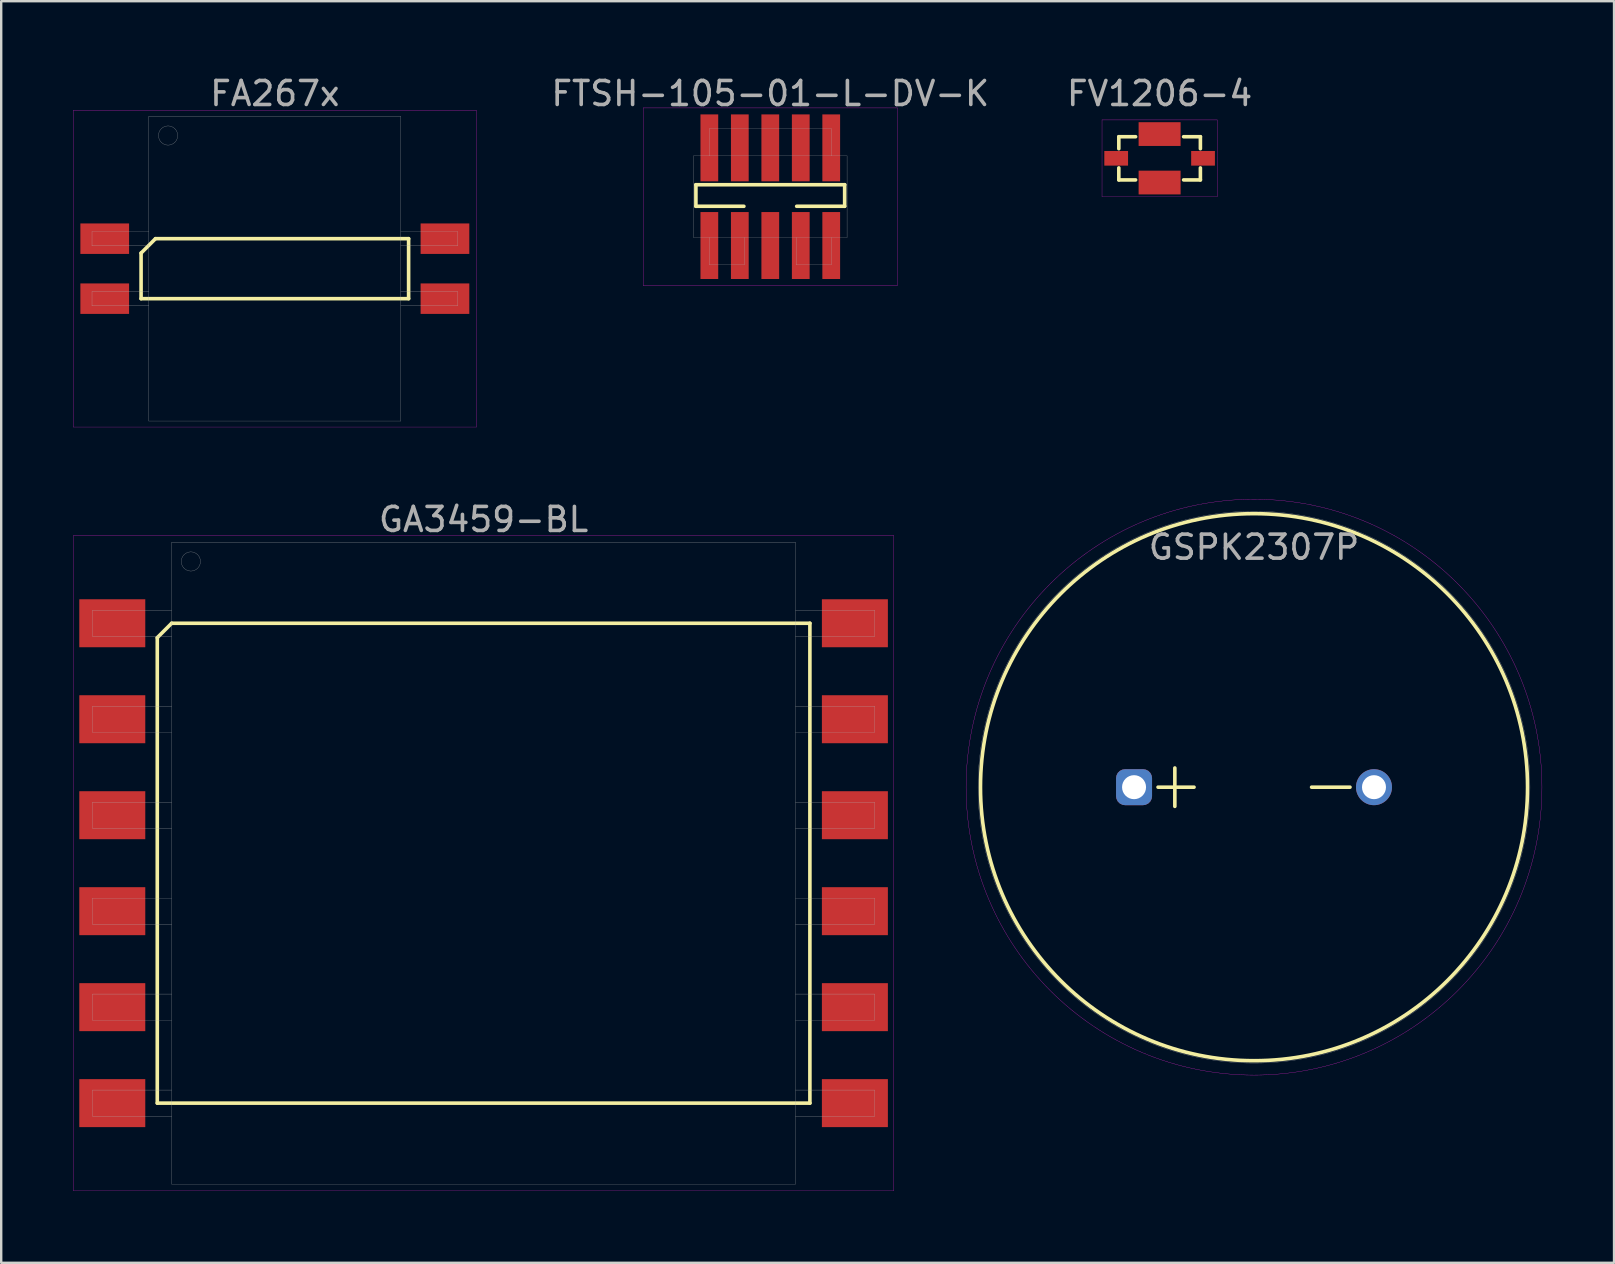
<source format=kicad_pcb>
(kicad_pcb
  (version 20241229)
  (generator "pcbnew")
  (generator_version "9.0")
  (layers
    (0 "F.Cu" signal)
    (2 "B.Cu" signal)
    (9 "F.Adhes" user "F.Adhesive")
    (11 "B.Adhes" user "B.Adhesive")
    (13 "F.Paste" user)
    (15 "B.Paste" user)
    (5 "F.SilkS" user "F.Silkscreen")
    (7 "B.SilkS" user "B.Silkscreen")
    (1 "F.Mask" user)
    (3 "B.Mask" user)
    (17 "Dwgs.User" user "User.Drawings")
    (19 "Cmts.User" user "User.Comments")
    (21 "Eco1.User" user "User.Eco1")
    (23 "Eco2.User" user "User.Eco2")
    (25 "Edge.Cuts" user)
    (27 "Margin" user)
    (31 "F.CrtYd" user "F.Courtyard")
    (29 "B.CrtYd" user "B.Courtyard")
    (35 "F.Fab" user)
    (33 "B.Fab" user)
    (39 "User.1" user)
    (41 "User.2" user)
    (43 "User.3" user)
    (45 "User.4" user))
  (footprint "GA3459-BL"
    (layer "F.Cu")
    (at 17.105 32.926)
    (property "Reference" "GA3459-BL" (at 0 -14.325 0) (layer "F.Fab") (effects (font (size 1 1) (thickness 0.15))))
    (attr smd)
    (fp_line (start -13.6 -9.4) (end -13 -10) (stroke (width 0.15) (type solid)) (layer "F.SilkS"))
    (fp_line (start -13.6 10) (end -13.6 -9.4) (stroke (width 0.15) (type solid)) (layer "F.SilkS"))
    (fp_line (start -13 -10) (end 13.6 -10) (stroke (width 0.15) (type solid)) (layer "F.SilkS"))
    (fp_line (start 13.6 -10) (end 13.6 10) (stroke (width 0.15) (type solid)) (layer "F.SilkS"))
    (fp_line (start 13.6 10) (end -13.6 10) (stroke (width 0.15) (type solid)) (layer "F.SilkS"))
    (fp_line (start -17.1 -13.65) (end 17.1 -13.65) (stroke (width 0.01) (type solid)) (layer "F.CrtYd"))
    (fp_line (start -17.1 13.65) (end -17.1 -13.65) (stroke (width 0.01) (type solid)) (layer "F.CrtYd"))
    (fp_line (start 17.1 -13.65) (end 17.1 13.65) (stroke (width 0.01) (type solid)) (layer "F.CrtYd"))
    (fp_line (start 17.1 13.65) (end -17.1 13.65) (stroke (width 0.01) (type solid)) (layer "F.CrtYd"))
    (fp_line (start -16.3 -10.545) (end -13 -10.545) (stroke (width 0.01) (type solid)) (layer "F.Fab"))
    (fp_line (start -16.3 -9.455) (end -16.3 -10.545) (stroke (width 0.01) (type solid)) (layer "F.Fab"))
    (fp_line (start -16.3 -6.545) (end -13 -6.545) (stroke (width 0.01) (type solid)) (layer "F.Fab"))
    (fp_line (start -16.3 -5.455) (end -16.3 -6.545) (stroke (width 0.01) (type solid)) (layer "F.Fab"))
    (fp_line (start -16.3 -2.545) (end -13 -2.545) (stroke (width 0.01) (type solid)) (layer "F.Fab"))
    (fp_line (start -16.3 -1.455) (end -16.3 -2.545) (stroke (width 0.01) (type solid)) (layer "F.Fab"))
    (fp_line (start -16.3 1.455) (end -13 1.455) (stroke (width 0.01) (type solid)) (layer "F.Fab"))
    (fp_line (start -16.3 2.545) (end -16.3 1.455) (stroke (width 0.01) (type solid)) (layer "F.Fab"))
    (fp_line (start -16.3 5.455) (end -13 5.455) (stroke (width 0.01) (type solid)) (layer "F.Fab"))
    (fp_line (start -16.3 6.545) (end -16.3 5.455) (stroke (width 0.01) (type solid)) (layer "F.Fab"))
    (fp_line (start -16.3 9.455) (end -13 9.455) (stroke (width 0.01) (type solid)) (layer "F.Fab"))
    (fp_line (start -16.3 10.545) (end -16.3 9.455) (stroke (width 0.01) (type solid)) (layer "F.Fab"))
    (fp_line (start -13 -13.375) (end 13 -13.375) (stroke (width 0.01) (type solid)) (layer "F.Fab"))
    (fp_line (start -13 -9.455) (end -16.3 -9.455) (stroke (width 0.01) (type solid)) (layer "F.Fab"))
    (fp_line (start -13 -5.455) (end -16.3 -5.455) (stroke (width 0.01) (type solid)) (layer "F.Fab"))
    (fp_line (start -13 -1.455) (end -16.3 -1.455) (stroke (width 0.01) (type solid)) (layer "F.Fab"))
    (fp_line (start -13 2.545) (end -16.3 2.545) (stroke (width 0.01) (type solid)) (layer "F.Fab"))
    (fp_line (start -13 6.545) (end -16.3 6.545) (stroke (width 0.01) (type solid)) (layer "F.Fab"))
    (fp_line (start -13 10.545) (end -16.3 10.545) (stroke (width 0.01) (type solid)) (layer "F.Fab"))
    (fp_line (start -13 13.375) (end -13 -13.375) (stroke (width 0.01) (type solid)) (layer "F.Fab"))
    (fp_line (start 13 -13.375) (end 13 13.375) (stroke (width 0.01) (type solid)) (layer "F.Fab"))
    (fp_line (start 13 -10.545) (end 16.3 -10.545) (stroke (width 0.01) (type solid)) (layer "F.Fab"))
    (fp_line (start 13 -6.545) (end 16.3 -6.545) (stroke (width 0.01) (type solid)) (layer "F.Fab"))
    (fp_line (start 13 -2.545) (end 16.3 -2.545) (stroke (width 0.01) (type solid)) (layer "F.Fab"))
    (fp_line (start 13 1.455) (end 16.3 1.455) (stroke (width 0.01) (type solid)) (layer "F.Fab"))
    (fp_line (start 13 5.455) (end 16.3 5.455) (stroke (width 0.01) (type solid)) (layer "F.Fab"))
    (fp_line (start 13 9.455) (end 16.3 9.455) (stroke (width 0.01) (type solid)) (layer "F.Fab"))
    (fp_line (start 13 13.375) (end -13 13.375) (stroke (width 0.01) (type solid)) (layer "F.Fab"))
    (fp_line (start 16.3 -10.545) (end 16.3 -9.455) (stroke (width 0.01) (type solid)) (layer "F.Fab"))
    (fp_line (start 16.3 -9.455) (end 13 -9.455) (stroke (width 0.01) (type solid)) (layer "F.Fab"))
    (fp_line (start 16.3 -6.545) (end 16.3 -5.455) (stroke (width 0.01) (type solid)) (layer "F.Fab"))
    (fp_line (start 16.3 -5.455) (end 13 -5.455) (stroke (width 0.01) (type solid)) (layer "F.Fab"))
    (fp_line (start 16.3 -2.545) (end 16.3 -1.455) (stroke (width 0.01) (type solid)) (layer "F.Fab"))
    (fp_line (start 16.3 -1.455) (end 13 -1.455) (stroke (width 0.01) (type solid)) (layer "F.Fab"))
    (fp_line (start 16.3 1.455) (end 16.3 2.545) (stroke (width 0.01) (type solid)) (layer "F.Fab"))
    (fp_line (start 16.3 2.545) (end 13 2.545) (stroke (width 0.01) (type solid)) (layer "F.Fab"))
    (fp_line (start 16.3 5.455) (end 16.3 6.545) (stroke (width 0.01) (type solid)) (layer "F.Fab"))
    (fp_line (start 16.3 6.545) (end 13 6.545) (stroke (width 0.01) (type solid)) (layer "F.Fab"))
    (fp_line (start 16.3 9.455) (end 16.3 10.545) (stroke (width 0.01) (type solid)) (layer "F.Fab"))
    (fp_line (start 16.3 10.545) (end 13 10.545) (stroke (width 0.01) (type solid)) (layer "F.Fab"))
    (fp_circle (center -12.2 -12.575) (end -12.2 -12.175) (stroke (width 0.01) (type solid)) (fill no) (layer "F.Fab"))
    (pad "1" smd rect (at -15.475 -10) (size 2.75 2) (layers "F.Cu" "F.Mask" "F.Paste"))
    (pad "2" smd rect (at -15.475 -6) (size 2.75 2) (layers "F.Cu" "F.Mask" "F.Paste"))
    (pad "3" smd rect (at -15.475 -2) (size 2.75 2) (layers "F.Cu" "F.Mask" "F.Paste"))
    (pad "4" smd rect (at -15.475 2) (size 2.75 2) (layers "F.Cu" "F.Mask" "F.Paste"))
    (pad "5" smd rect (at -15.475 6) (size 2.75 2) (layers "F.Cu" "F.Mask" "F.Paste"))
    (pad "6" smd rect (at -15.475 10) (size 2.75 2) (layers "F.Cu" "F.Mask" "F.Paste"))
    (pad "7" smd rect (at 15.475 10) (size 2.75 2) (layers "F.Cu" "F.Mask" "F.Paste"))
    (pad "8" smd rect (at 15.475 6) (size 2.75 2) (layers "F.Cu" "F.Mask" "F.Paste"))
    (pad "9" smd rect (at 15.475 2) (size 2.75 2) (layers "F.Cu" "F.Mask" "F.Paste"))
    (pad "10" smd rect (at 15.475 -2) (size 2.75 2) (layers "F.Cu" "F.Mask" "F.Paste"))
    (pad "11" smd rect (at 15.475 -6) (size 2.75 2) (layers "F.Cu" "F.Mask" "F.Paste"))
    (pad "12" smd rect (at 15.475 -10) (size 2.75 2) (layers "F.Cu" "F.Mask" "F.Paste")))
  (footprint "FTSH-105-01-L-DV-K"
    (layer "F.Cu")
    (at 29.054 5.148)
    (property "Reference" "FTSH-105-01-L-DV-K" (at 0 -4.3 0) (layer "F.Fab") (effects (font (size 1 1) (thickness 0.15))))
    (attr through_hole)
    (fp_line (start -3.1 -0.5) (end -3.1 0.4) (stroke (width 0.15) (type solid)) (layer "F.SilkS"))
    (fp_line (start -3.1 -0.5) (end 3.1 -0.5) (stroke (width 0.15) (type solid)) (layer "F.SilkS"))
    (fp_line (start -3.1 0.4) (end -1.1 0.4) (stroke (width 0.15) (type solid)) (layer "F.SilkS"))
    (fp_line (start 3.1 -0.5) (end 3.1 0.4) (stroke (width 0.15) (type solid)) (layer "F.SilkS"))
    (fp_line (start 3.1 0.4) (end 1.1 0.4) (stroke (width 0.15) (type solid)) (layer "F.SilkS"))
    (fp_line (start -5.3 -3.7) (end 5.3 -3.7) (stroke (width 0.01) (type solid)) (layer "F.CrtYd"))
    (fp_line (start -5.3 3.7) (end -5.3 -3.7) (stroke (width 0.01) (type solid)) (layer "F.CrtYd"))
    (fp_line (start 5.3 -3.7) (end 5.3 3.7) (stroke (width 0.01) (type solid)) (layer "F.CrtYd"))
    (fp_line (start 5.3 3.7) (end -5.3 3.7) (stroke (width 0.01) (type solid)) (layer "F.CrtYd"))
    (fp_line (start -3.2 -1.7) (end -3.2 1.7) (stroke (width 0.01) (type solid)) (layer "F.Fab"))
    (fp_line (start -3.2 1.7) (end 3.2 1.7) (stroke (width 0.01) (type solid)) (layer "F.Fab"))
    (fp_line (start -2.54 -2.84) (end -2.54 -1.7) (stroke (width 0.01) (type solid)) (layer "F.Fab"))
    (fp_line (start -2.54 1.7) (end -2.54 2.84) (stroke (width 0.01) (type solid)) (layer "F.Fab"))
    (fp_line (start -2.54 2.84) (end -1.08 2.84) (stroke (width 0.01) (type solid)) (layer "F.Fab"))
    (fp_line (start -1.08 2.84) (end -1.08 1.7) (stroke (width 0.01) (type solid)) (layer "F.Fab"))
    (fp_line (start 1.08 2.84) (end 1.08 1.7) (stroke (width 0.01) (type solid)) (layer "F.Fab"))
    (fp_line (start 2.54 -2.84) (end -2.54 -2.84) (stroke (width 0.01) (type solid)) (layer "F.Fab"))
    (fp_line (start 2.54 -1.7) (end 2.54 -2.84) (stroke (width 0.01) (type solid)) (layer "F.Fab"))
    (fp_line (start 2.54 1.7) (end 2.54 2.84) (stroke (width 0.01) (type solid)) (layer "F.Fab"))
    (fp_line (start 2.54 2.84) (end 1.08 2.84) (stroke (width 0.01) (type solid)) (layer "F.Fab"))
    (fp_line (start 3.2 -1.7) (end -3.2 -1.7) (stroke (width 0.01) (type solid)) (layer "F.Fab"))
    (fp_line (start 3.2 1.7) (end 3.2 -1.7) (stroke (width 0.01) (type solid)) (layer "F.Fab"))
    (pad "1" smd rect (at -2.54 2.035) (size 0.74 2.79) (layers "F.Cu" "F.Mask" "F.Paste"))
    (pad "2" smd rect (at -2.54 -2.035) (size 0.74 2.79) (layers "F.Cu" "F.Mask" "F.Paste"))
    (pad "3" smd rect (at -1.27 2.035) (size 0.74 2.79) (layers "F.Cu" "F.Mask" "F.Paste"))
    (pad "4" smd rect (at -1.27 -2.035) (size 0.74 2.79) (layers "F.Cu" "F.Mask" "F.Paste"))
    (pad "5" smd rect (at 0 2.035) (size 0.74 2.79) (layers "F.Cu" "F.Mask" "F.Paste"))
    (pad "6" smd rect (at 0 -2.035) (size 0.74 2.79) (layers "F.Cu" "F.Mask" "F.Paste"))
    (pad "7" smd rect (at 1.27 2.035) (size 0.74 2.79) (layers "F.Cu" "F.Mask" "F.Paste"))
    (pad "8" smd rect (at 1.27 -2.035) (size 0.74 2.79) (layers "F.Cu" "F.Mask" "F.Paste"))
    (pad "9" smd rect (at 2.54 2.035) (size 0.74 2.79) (layers "F.Cu" "F.Mask" "F.Paste"))
    (pad "10" smd rect (at 2.54 -2.035) (size 0.74 2.79) (layers "F.Cu" "F.Mask" "F.Paste")))
  (footprint "FV1206-4"
    (layer "F.Cu")
    (at 45.28 3.548)
    (property "Reference" "FV1206-4" (at 0 -2.7 0) (layer "F.Fab") (effects (font (size 1 1) (thickness 0.15))))
    (attr through_hole)
    (fp_line (start -1.7 -0.9) (end -1 -0.9) (stroke (width 0.15) (type solid)) (layer "F.SilkS"))
    (fp_line (start -1.7 -0.4) (end -1.7 -0.9) (stroke (width 0.15) (type solid)) (layer "F.SilkS"))
    (fp_line (start -1.7 0.9) (end -1.7 0.4) (stroke (width 0.15) (type solid)) (layer "F.SilkS"))
    (fp_line (start -1 0.9) (end -1.7 0.9) (stroke (width 0.15) (type solid)) (layer "F.SilkS"))
    (fp_line (start 1 -0.9) (end 1.7 -0.9) (stroke (width 0.15) (type solid)) (layer "F.SilkS"))
    (fp_line (start 1.7 -0.9) (end 1.7 -0.4) (stroke (width 0.15) (type solid)) (layer "F.SilkS"))
    (fp_line (start 1.7 0.9) (end 1 0.9) (stroke (width 0.15) (type solid)) (layer "F.SilkS"))
    (fp_line (start 1.7 0.9) (end 1.7 0.4) (stroke (width 0.15) (type solid)) (layer "F.SilkS"))
    (fp_line (start -2.4 -1.6) (end -2.4 1.6) (stroke (width 0.01) (type solid)) (layer "F.CrtYd"))
    (fp_line (start -2.4 1.6) (end 2.4 1.6) (stroke (width 0.01) (type solid)) (layer "F.CrtYd"))
    (fp_line (start 2.4 -1.6) (end -2.4 -1.6) (stroke (width 0.01) (type solid)) (layer "F.CrtYd"))
    (fp_line (start 2.4 1.6) (end 2.4 -1.6) (stroke (width 0.01) (type solid)) (layer "F.CrtYd"))
    (pad "1" smd rect (at -1.81 0) (size 0.99 0.61) (layers "F.Cu" "F.Mask" "F.Paste"))
    (pad "2" smd rect (at 0 1.01) (size 1.75 0.99) (layers "F.Cu" "F.Mask" "F.Paste"))
    (pad "3" smd rect (at 1.81 0) (size 0.99 0.61) (layers "F.Cu" "F.Mask" "F.Paste"))
    (pad "4" smd rect (at 0 -1.01) (size 1.75 0.99) (layers "F.Cu" "F.Mask" "F.Paste")))
  (footprint "GSPK2307P"
    (layer "F.Cu")
    (at 49.215 29.758)
    (property "Reference" "GSPK2307P" (at 0 -10 0) (unlocked yes) (layer "F.Fab") (effects (font (size 1 1) (thickness 0.15))))
    (attr through_hole)
    (fp_line (start -4 0) (end -2.5 0) (stroke (width 0.15) (type default)) (layer "F.SilkS"))
    (fp_line (start -3.3 -0.8) (end -3.3 0.8) (stroke (width 0.15) (type default)) (layer "F.SilkS"))
    (fp_line (start 2.4 0) (end 4 0) (stroke (width 0.15) (type default)) (layer "F.SilkS"))
    (fp_circle (center 0 0) (end 11.4 0) (stroke (width 0.15) (type default)) (fill no) (layer "F.SilkS"))
    (fp_circle (center 0 0) (end 12 0) (stroke (width 0.01) (type default)) (fill no) (layer "F.CrtYd"))
    (fp_circle (center 0 0) (end 11.5 0) (stroke (width 0.01) (type default)) (fill no) (layer "F.Fab"))
    (pad "1" thru_hole roundrect (at -5 0) (size 1.5 1.5) (drill 1) (layers "*.Cu" "*.Mask") (roundrect_rratio 0.25))
    (pad "2" thru_hole circle (at 5 0) (size 1.5 1.5) (drill 1) (layers "*.Cu" "*.Mask")))
  (footprint "FA267x"
    (layer "F.Cu")
    (at 8.405 8.148)
    (property "Reference" "FA267x" (at 0 -7.3 0) (layer "F.Fab") (effects (font (size 1 1) (thickness 0.15))))
    (attr smd)
    (fp_line (start -5.575 -0.65) (end -4.975 -1.25) (stroke (width 0.15) (type solid)) (layer "F.SilkS"))
    (fp_line (start -5.575 1.25) (end -5.575 -0.65) (stroke (width 0.15) (type solid)) (layer "F.SilkS"))
    (fp_line (start -4.975 -1.25) (end 5.575 -1.25) (stroke (width 0.15) (type solid)) (layer "F.SilkS"))
    (fp_line (start 5.575 -1.25) (end 5.575 1.25) (stroke (width 0.15) (type solid)) (layer "F.SilkS"))
    (fp_line (start 5.575 1.25) (end -5.575 1.25) (stroke (width 0.15) (type solid)) (layer "F.SilkS"))
    (fp_line (start -8.4 -6.6) (end 8.4 -6.6) (stroke (width 0.01) (type solid)) (layer "F.CrtYd"))
    (fp_line (start -8.4 6.6) (end -8.4 -6.6) (stroke (width 0.01) (type solid)) (layer "F.CrtYd"))
    (fp_line (start 8.4 -6.6) (end 8.4 6.6) (stroke (width 0.01) (type solid)) (layer "F.CrtYd"))
    (fp_line (start 8.4 6.6) (end -8.4 6.6) (stroke (width 0.01) (type solid)) (layer "F.CrtYd"))
    (fp_line (start -7.62 -1.55) (end -5.25 -1.55) (stroke (width 0.01) (type solid)) (layer "F.Fab"))
    (fp_line (start -7.62 -0.95) (end -7.62 -1.55) (stroke (width 0.01) (type solid)) (layer "F.Fab"))
    (fp_line (start -7.62 0.95) (end -5.25 0.95) (stroke (width 0.01) (type solid)) (layer "F.Fab"))
    (fp_line (start -7.62 1.55) (end -7.62 0.95) (stroke (width 0.01) (type solid)) (layer "F.Fab"))
    (fp_line (start -5.25 -6.35) (end 5.25 -6.35) (stroke (width 0.01) (type solid)) (layer "F.Fab"))
    (fp_line (start -5.25 -0.95) (end -7.62 -0.95) (stroke (width 0.01) (type solid)) (layer "F.Fab"))
    (fp_line (start -5.25 1.55) (end -7.62 1.55) (stroke (width 0.01) (type solid)) (layer "F.Fab"))
    (fp_line (start -5.25 6.35) (end -5.25 -6.35) (stroke (width 0.01) (type solid)) (layer "F.Fab"))
    (fp_line (start 5.25 -6.35) (end 5.25 6.35) (stroke (width 0.01) (type solid)) (layer "F.Fab"))
    (fp_line (start 5.25 -1.55) (end 7.62 -1.55) (stroke (width 0.01) (type solid)) (layer "F.Fab"))
    (fp_line (start 5.25 0.95) (end 7.62 0.95) (stroke (width 0.01) (type solid)) (layer "F.Fab"))
    (fp_line (start 5.25 6.35) (end -5.25 6.35) (stroke (width 0.01) (type solid)) (layer "F.Fab"))
    (fp_line (start 7.62 -1.55) (end 7.62 -0.95) (stroke (width 0.01) (type solid)) (layer "F.Fab"))
    (fp_line (start 7.62 -0.95) (end 5.25 -0.95) (stroke (width 0.01) (type solid)) (layer "F.Fab"))
    (fp_line (start 7.62 0.95) (end 7.62 1.55) (stroke (width 0.01) (type solid)) (layer "F.Fab"))
    (fp_line (start 7.62 1.55) (end 5.25 1.55) (stroke (width 0.01) (type solid)) (layer "F.Fab"))
    (fp_circle (center -4.45 -5.55) (end -4.45 -5.15) (stroke (width 0.01) (type solid)) (fill no) (layer "F.Fab"))
    (pad "1" smd rect (at -7.09 -1.25) (size 2.03 1.27) (layers "F.Cu" "F.Mask" "F.Paste"))
    (pad "2" smd rect (at -7.09 1.25) (size 2.03 1.27) (layers "F.Cu" "F.Mask" "F.Paste"))
    (pad "3" smd rect (at 7.09 1.25) (size 2.03 1.27) (layers "F.Cu" "F.Mask" "F.Paste"))
    (pad "4" smd rect (at 7.09 -1.25) (size 2.03 1.27) (layers "F.Cu" "F.Mask" "F.Paste")))
  (gr_rect
    (start -3 -3)
    (end 64.22 49.581)
    (stroke (width 0.1) (type default))
    (fill no)
    (layer "Edge.Cuts")))
</source>
